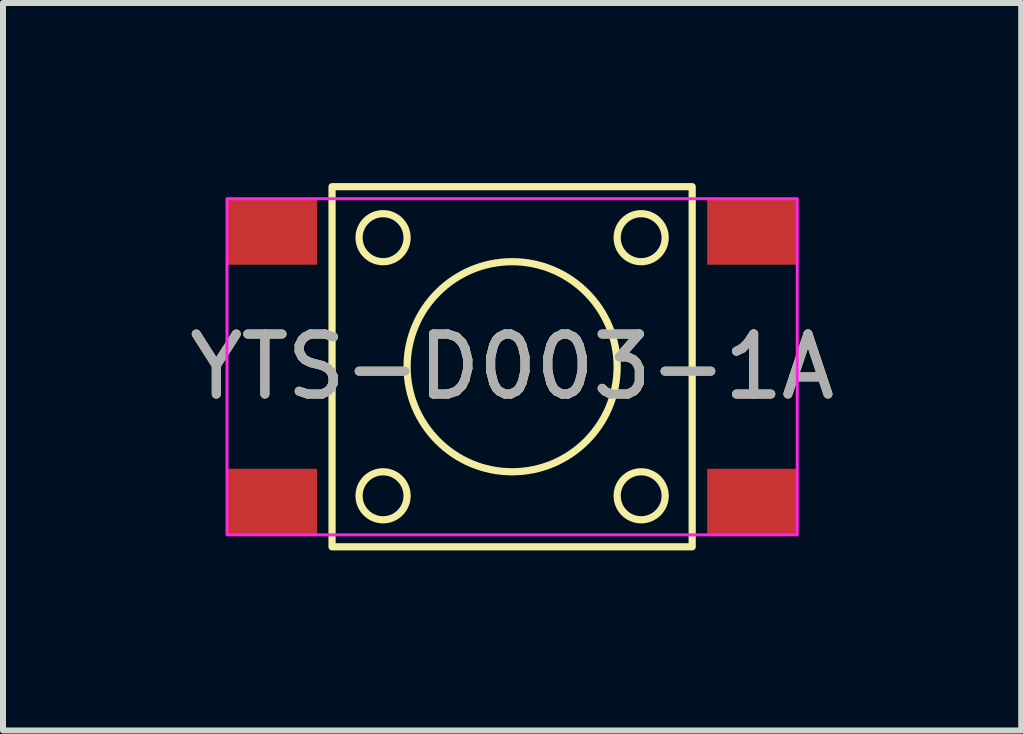
<source format=kicad_pcb>
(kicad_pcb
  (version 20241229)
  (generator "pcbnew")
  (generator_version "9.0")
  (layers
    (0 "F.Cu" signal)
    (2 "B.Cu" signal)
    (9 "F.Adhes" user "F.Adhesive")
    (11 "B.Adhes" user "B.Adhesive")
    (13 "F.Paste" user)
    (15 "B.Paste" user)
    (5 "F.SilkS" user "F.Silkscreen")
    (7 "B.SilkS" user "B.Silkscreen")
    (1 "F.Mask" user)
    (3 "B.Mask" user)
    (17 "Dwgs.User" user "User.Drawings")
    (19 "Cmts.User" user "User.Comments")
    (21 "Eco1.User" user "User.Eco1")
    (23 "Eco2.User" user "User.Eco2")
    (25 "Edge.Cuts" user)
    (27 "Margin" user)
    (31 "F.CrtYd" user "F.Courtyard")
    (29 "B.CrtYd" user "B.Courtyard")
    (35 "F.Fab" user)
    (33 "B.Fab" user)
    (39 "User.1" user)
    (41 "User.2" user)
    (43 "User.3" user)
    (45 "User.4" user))
  (footprint "YTS-D003-1A"
    (layer "F.Cu")
    (at 5.482 3.06)
    (property "Reference" "YTS-D003-1A" (at 0 0 0) (unlocked yes) (layer "F.SilkS") (effects (font (size 1 1) (thickness 0.15))))
    (attr smd)
    (fp_rect (start -3 -3) (end 3 3) (stroke (width 0.12) (type solid)) (fill no) (layer "F.SilkS"))
    (fp_circle (center -2.15 -2.15) (end -1.75 -2.15) (stroke (width 0.12) (type solid)) (fill no) (layer "F.SilkS"))
    (fp_circle (center -2.15 2.15) (end -1.75 2.15) (stroke (width 0.12) (type solid)) (fill no) (layer "F.SilkS"))
    (fp_circle (center 0 0) (end 1.75 0) (stroke (width 0.12) (type solid)) (fill no) (layer "F.SilkS"))
    (fp_circle (center 2.15 -2.15) (end 2.55 -2.15) (stroke (width 0.12) (type solid)) (fill no) (layer "F.SilkS"))
    (fp_circle (center 2.15 2.15) (end 2.55 2.15) (stroke (width 0.12) (type solid)) (fill no) (layer "F.SilkS"))
    (fp_rect (start -4.75 -2.8) (end 4.75 2.8) (stroke (width 0.05) (type solid)) (fill no) (layer "F.CrtYd"))
    (fp_text user "${REFERENCE}" (at 0 0 0) (unlocked yes) (layer "F.Fab") (effects (font (size 1 1) (thickness 0.15))))
    (pad "1" smd rect (at -4 -2.25) (size 1.5 1.1) (layers "F.Cu" "F.Mask" "F.Paste"))
    (pad "2" smd rect (at 4 -2.25) (size 1.5 1.1) (layers "F.Cu" "F.Mask" "F.Paste"))
    (pad "3" smd rect (at -4 2.25) (size 1.5 1.1) (layers "F.Cu" "F.Mask" "F.Paste"))
    (pad "4" smd rect (at 4 2.25) (size 1.5 1.1) (layers "F.Cu" "F.Mask" "F.Paste")))
  (gr_rect
    (start -3 -3)
    (end 13.964 9.12)
    (stroke (width 0.1) (type default))
    (fill no)
    (layer "Edge.Cuts")))
</source>
